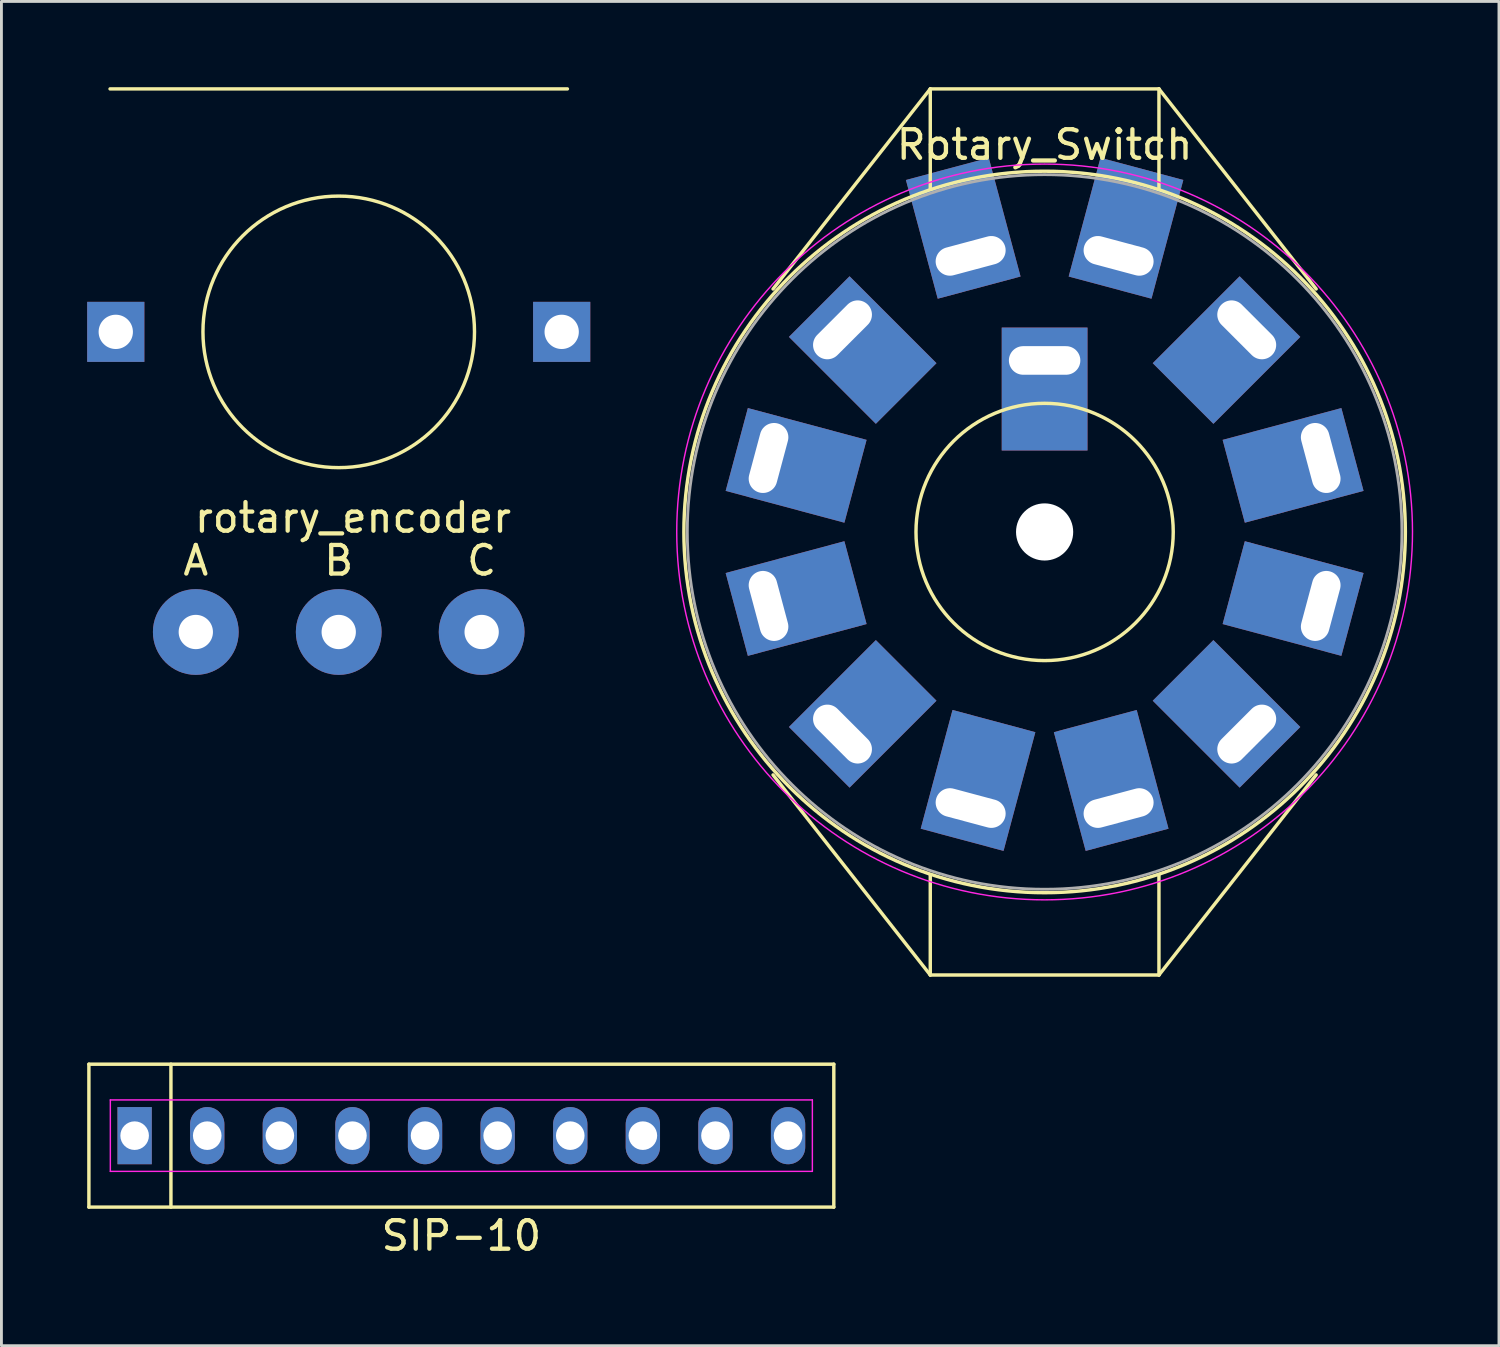
<source format=kicad_pcb>
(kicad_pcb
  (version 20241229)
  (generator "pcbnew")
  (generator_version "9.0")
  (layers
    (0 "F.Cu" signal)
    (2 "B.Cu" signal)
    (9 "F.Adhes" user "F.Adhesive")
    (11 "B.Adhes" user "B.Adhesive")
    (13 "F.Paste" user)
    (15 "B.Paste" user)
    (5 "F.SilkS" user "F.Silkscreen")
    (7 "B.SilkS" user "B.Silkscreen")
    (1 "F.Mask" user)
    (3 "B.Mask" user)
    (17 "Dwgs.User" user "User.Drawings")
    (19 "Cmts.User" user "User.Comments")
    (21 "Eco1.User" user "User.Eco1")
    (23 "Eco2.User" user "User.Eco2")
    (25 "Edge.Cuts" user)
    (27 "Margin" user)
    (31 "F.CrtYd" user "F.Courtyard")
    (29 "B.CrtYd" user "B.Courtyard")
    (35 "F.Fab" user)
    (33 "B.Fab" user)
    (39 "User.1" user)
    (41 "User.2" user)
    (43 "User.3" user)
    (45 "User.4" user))
  (footprint "Rotary_Switch"
    (layer "F.Cu")
    (at 33.495 15.56)
    (property "Reference" "Rotary_Switch" (at 0 -13.545 0) (layer "F.SilkS") (effects (font (size 1 1) (thickness 0.15))))
    (attr through_hole)
    (fp_line (start -4 -15.5) (end -9.5 -8.5) (stroke (width 0.12) (type solid)) (layer "F.SilkS"))
    (fp_line (start -4 -15.5) (end -4 -12) (stroke (width 0.12) (type solid)) (layer "F.SilkS"))
    (fp_line (start -4 12) (end -4 15.5) (stroke (width 0.12) (type solid)) (layer "F.SilkS"))
    (fp_line (start -4 15.5) (end -9.5 8.5) (stroke (width 0.12) (type solid)) (layer "F.SilkS"))
    (fp_line (start -4 15.5) (end 4 15.5) (stroke (width 0.12) (type solid)) (layer "F.SilkS"))
    (fp_line (start 4 -15.5) (end -4 -15.5) (stroke (width 0.12) (type solid)) (layer "F.SilkS"))
    (fp_line (start 4 -15.5) (end 4 -12) (stroke (width 0.12) (type solid)) (layer "F.SilkS"))
    (fp_line (start 4 -15.5) (end 9.5 -8.5) (stroke (width 0.12) (type solid)) (layer "F.SilkS"))
    (fp_line (start 4 15.5) (end 4 12) (stroke (width 0.12) (type solid)) (layer "F.SilkS"))
    (fp_line (start 4 15.5) (end 9.5 8.5) (stroke (width 0.12) (type solid)) (layer "F.SilkS"))
    (fp_circle (center 0 0) (end 0 12.62) (stroke (width 0.12) (type solid)) (fill no) (layer "F.SilkS"))
    (fp_circle (center 0 0) (end 4.5 0) (stroke (width 0.12) (type solid)) (fill no) (layer "F.SilkS"))
    (fp_circle (center 0 0) (end 0 12.87) (stroke (width 0.05) (type solid)) (fill no) (layer "F.CrtYd"))
    (fp_circle (center 0 0) (end 0 12.5) (stroke (width 0.1) (type solid)) (fill no) (layer "F.Fab"))
    (pad "" np_thru_hole circle (at 0 0) (size 2 2) (drill 2) (layers "*.Cu" "*.Mask"))
    (pad "1" thru_hole rect (at 2.588 -9.659 345) (size 3 4.3) (drill oval 2.5 1 (offset 0 -1)) (layers "*.Cu" "*.Mask"))
    (pad "2" thru_hole rect (at 7.071 -7.071 315) (size 3 4.3) (drill oval 2.5 1 (offset 0 1)) (layers "*.Cu" "*.Mask"))
    (pad "3" thru_hole rect (at 9.659 -2.588 285) (size 3 4.3) (drill oval 2.5 1 (offset 0 1)) (layers "*.Cu" "*.Mask"))
    (pad "4" thru_hole rect (at 9.659 2.588 255) (size 3 4.3) (drill oval 2.5 1 (offset 0 1)) (layers "*.Cu" "*.Mask"))
    (pad "5" thru_hole rect (at 7.071 7.071 225) (size 3 4.3) (drill oval 2.5 1 (offset 0 1)) (layers "*.Cu" "*.Mask"))
    (pad "6" thru_hole rect (at 2.588 9.659 195) (size 3 4.3) (drill oval 2.5 1 (offset 0 1)) (layers "*.Cu" "*.Mask"))
    (pad "7" thru_hole rect (at -2.588 9.659 165) (size 3 4.3) (drill oval 2.5 1 (offset 0 1)) (layers "*.Cu" "*.Mask"))
    (pad "8" thru_hole rect (at -7.071 7.071 135) (size 3 4.3) (drill oval 2.5 1 (offset 0 1)) (layers "*.Cu" "*.Mask"))
    (pad "9" thru_hole rect (at -9.659 2.588 105) (size 3 4.3) (drill oval 2.5 1 (offset 0 1)) (layers "*.Cu" "*.Mask"))
    (pad "10" thru_hole rect (at -9.659 -2.588 75) (size 3 4.3) (drill oval 2.5 1 (offset 0 1)) (layers "*.Cu" "*.Mask"))
    (pad "11" thru_hole rect (at -7.071 -7.071 45) (size 3 4.3) (drill oval 2.5 1 (offset 0 1)) (layers "*.Cu" "*.Mask"))
    (pad "12" thru_hole rect (at -2.588 -9.659 15) (size 3 4.3) (drill oval 2.5 1 (offset 0 -1)) (layers "*.Cu" "*.Mask"))
    (pad "13" thru_hole rect (at 0 -6) (size 3 4.3) (drill oval 2.5 1 (offset 0 1)) (layers "*.Cu" "*.Mask")))
  (footprint "rotary_encoder"
    (layer "F.Cu")
    (at 8.8 19.06)
    (property "Reference" "rotary_encoder" (at 0.5 -4 0) (layer "F.SilkS") (effects (font (size 1 1) (thickness 0.15))))
    (attr through_hole)
    (fp_line (start -8 -19) (end 8 -19) (stroke (width 0.12) (type solid)) (layer "F.SilkS"))
    (fp_circle (center 0 -10.5) (end 4.75 -10.5) (stroke (width 0.12) (type solid)) (fill no) (layer "F.SilkS"))
    (fp_text user "B" (at 0 -2.5 0) (layer "F.SilkS") (effects (font (size 1 1) (thickness 0.15))))
    (fp_text user "C" (at 5 -2.5 0) (layer "F.SilkS") (effects (font (size 1 1) (thickness 0.15))))
    (fp_text user "A" (at -5 -2.5 0) (layer "F.SilkS") (effects (font (size 1 1) (thickness 0.15))))
    (pad "" np_thru_hole rect (at -7.8 -10.5) (size 2 2.1) (drill 1.2) (layers "*.Cu" "*.Mask"))
    (pad "" np_thru_hole rect (at 7.8 -10.5) (size 2 2.1) (drill 1.2) (layers "*.Cu" "*.Mask"))
    (pad "1" thru_hole circle (at -5 0 345) (size 3 3) (drill 1.2) (layers "*.Cu" "*.Mask"))
    (pad "2" thru_hole circle (at 0 0 345) (size 3 3) (drill 1.2) (layers "*.Cu" "*.Mask"))
    (pad "3" thru_hole circle (at 5 0 345) (size 3 3) (drill 1.2) (layers "*.Cu" "*.Mask")))
  (footprint "SIP-10"
    (layer "F.Cu")
    (at 13.09 36.68)
    (property "Reference" "SIP-10" (at 0 3.5 0) (layer "F.SilkS") (effects (font (size 1 1) (thickness 0.15))))
    (attr through_hole)
    (fp_line (start -13.03 -2.5) (end 13.03 -2.5) (stroke (width 0.12) (type solid)) (layer "F.SilkS"))
    (fp_line (start -13.03 2.5) (end -13.03 -2.5) (stroke (width 0.12) (type solid)) (layer "F.SilkS"))
    (fp_line (start -10.16 -2.5) (end -10.16 2.5) (stroke (width 0.12) (type solid)) (layer "F.SilkS"))
    (fp_line (start 13.03 -2.5) (end 13.03 2.5) (stroke (width 0.12) (type solid)) (layer "F.SilkS"))
    (fp_line (start 13.03 2.5) (end -13.03 2.5) (stroke (width 0.12) (type solid)) (layer "F.SilkS"))
    (fp_line (start -12.28 -1.25) (end 12.28 -1.25) (stroke (width 0.05) (type solid)) (layer "F.CrtYd"))
    (fp_line (start -12.28 1.25) (end -12.28 -1.25) (stroke (width 0.05) (type solid)) (layer "F.CrtYd"))
    (fp_line (start 12.28 -1.25) (end 12.28 1.25) (stroke (width 0.05) (type solid)) (layer "F.CrtYd"))
    (fp_line (start 12.28 1.25) (end -12.28 1.25) (stroke (width 0.05) (type solid)) (layer "F.CrtYd"))
    (pad "1" thru_hole rect (at -11.43 0) (size 1.2 2) (drill 1) (layers "*.Cu" "*.Mask"))
    (pad "2" thru_hole oval (at -8.89 0) (size 1.2 2) (drill 1) (layers "*.Cu" "*.Mask"))
    (pad "3" thru_hole oval (at -6.35 0) (size 1.2 2) (drill 1) (layers "*.Cu" "*.Mask"))
    (pad "4" thru_hole oval (at -3.81 0) (size 1.2 2) (drill 1) (layers "*.Cu" "*.Mask"))
    (pad "5" thru_hole oval (at -1.27 0) (size 1.2 2) (drill 1) (layers "*.Cu" "*.Mask"))
    (pad "6" thru_hole oval (at 1.27 0) (size 1.2 2) (drill 1) (layers "*.Cu" "*.Mask"))
    (pad "7" thru_hole oval (at 3.81 0) (size 1.2 2) (drill 1) (layers "*.Cu" "*.Mask"))
    (pad "8" thru_hole oval (at 6.35 0) (size 1.2 2) (drill 1) (layers "*.Cu" "*.Mask"))
    (pad "9" thru_hole oval (at 8.89 0) (size 1.2 2) (drill 1) (layers "*.Cu" "*.Mask"))
    (pad "10" thru_hole oval (at 11.43 0) (size 1.2 2) (drill 1) (layers "*.Cu" "*.Mask")))
  (gr_rect
    (start -3 -3)
    (end 49.39 44.028)
    (stroke (width 0.1) (type default))
    (fill no)
    (layer "Edge.Cuts")))
</source>
